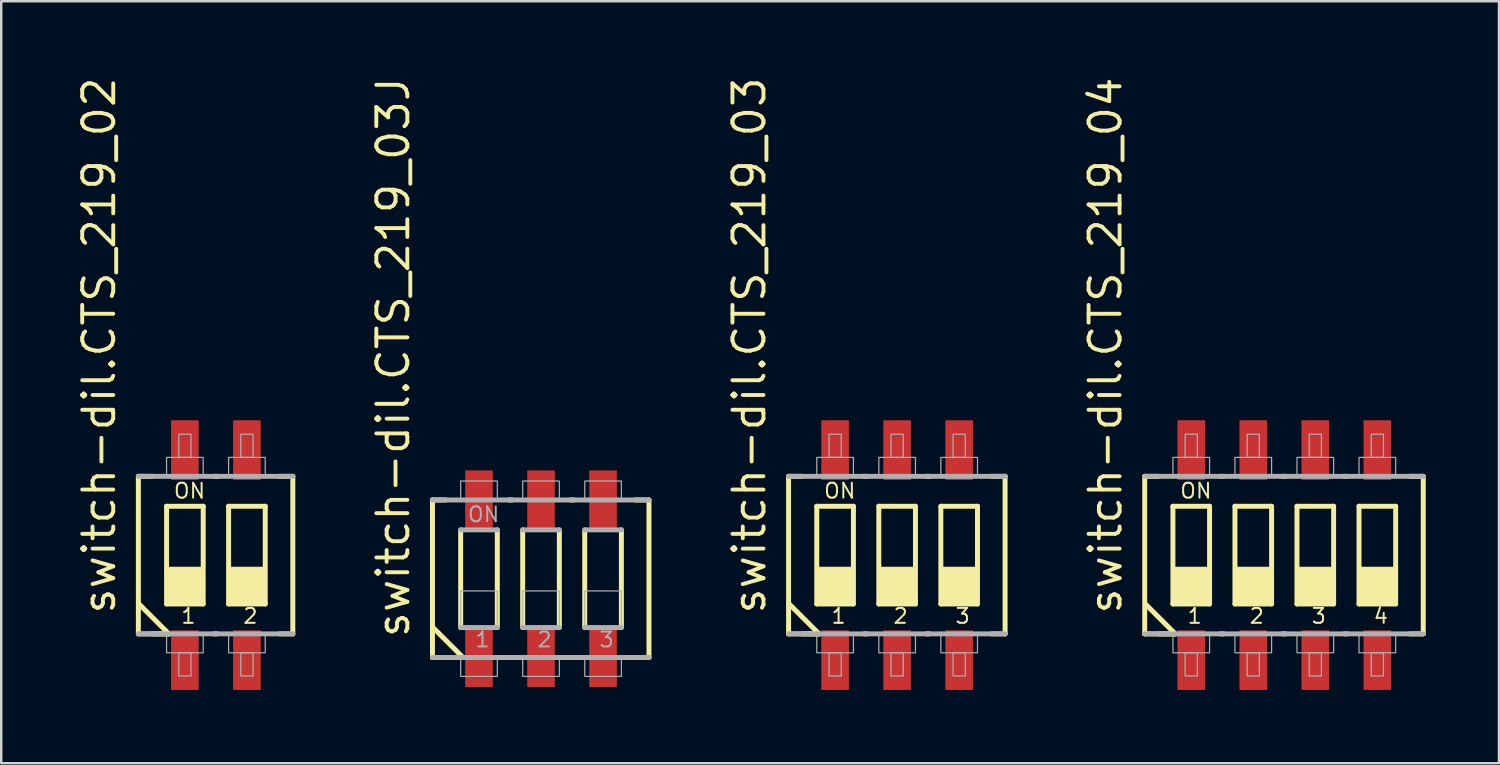
<source format=kicad_pcb>
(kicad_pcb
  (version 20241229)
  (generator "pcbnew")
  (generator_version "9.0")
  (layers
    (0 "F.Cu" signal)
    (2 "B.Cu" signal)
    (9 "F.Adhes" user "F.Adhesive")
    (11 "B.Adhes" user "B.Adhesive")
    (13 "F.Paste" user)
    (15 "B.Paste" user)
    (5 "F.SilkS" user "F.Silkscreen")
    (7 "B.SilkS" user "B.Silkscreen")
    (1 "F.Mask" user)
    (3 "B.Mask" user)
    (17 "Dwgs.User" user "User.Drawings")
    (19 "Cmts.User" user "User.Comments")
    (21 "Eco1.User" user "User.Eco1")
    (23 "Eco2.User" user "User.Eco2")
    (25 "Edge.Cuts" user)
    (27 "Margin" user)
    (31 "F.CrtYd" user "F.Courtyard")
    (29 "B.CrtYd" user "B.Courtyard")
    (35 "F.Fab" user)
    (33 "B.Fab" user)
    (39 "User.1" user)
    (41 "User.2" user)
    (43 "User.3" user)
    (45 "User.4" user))
  (footprint "switch-dil.CTS_219_04"
    (layer "F.Cu")
    (at 49.535 19.679)
    (property "Reference" "switch-dil.CTS_219_04" (at -6.58 2.5 90) (layer "F.SilkS") (effects (font (size 1.27 1.27) (thickness 0.16)) (justify left bottom)))
    (attr smd)
    (fp_line (start -5.715 -3.225) (end -5.16 -3.225) (stroke (width 0.203) (type default)) (layer "F.SilkS"))
    (fp_line (start -5.715 3.225) (end -5.715 -3.225) (stroke (width 0.203) (type default)) (layer "F.SilkS"))
    (fp_line (start -5.69 2) (end -4.465 3.225) (stroke (width 0.203) (type default)) (layer "F.SilkS"))
    (fp_line (start -5.16 3.225) (end -4.465 3.225) (stroke (width 0.203) (type default)) (layer "F.SilkS"))
    (fp_line (start -4.56 -2) (end -3.06 -2) (stroke (width 0.203) (type default)) (layer "F.SilkS"))
    (fp_line (start -4.56 2) (end -4.56 -2) (stroke (width 0.203) (type default)) (layer "F.SilkS"))
    (fp_line (start -4.465 3.225) (end -5.715 3.225) (stroke (width 0.203) (type default)) (layer "F.SilkS"))
    (fp_line (start -3.06 -2) (end -3.06 2) (stroke (width 0.203) (type default)) (layer "F.SilkS"))
    (fp_line (start -3.06 2) (end -4.56 2) (stroke (width 0.203) (type default)) (layer "F.SilkS"))
    (fp_line (start -2.62 3.225) (end -2.485 3.225) (stroke (width 0.203) (type default)) (layer "F.SilkS"))
    (fp_line (start -2.485 -3.225) (end -2.62 -3.225) (stroke (width 0.203) (type default)) (layer "F.SilkS"))
    (fp_line (start -2.02 -2) (end -0.52 -2) (stroke (width 0.203) (type default)) (layer "F.SilkS"))
    (fp_line (start -2.02 2) (end -2.02 -2) (stroke (width 0.203) (type default)) (layer "F.SilkS"))
    (fp_line (start -0.52 -2) (end -0.52 2) (stroke (width 0.203) (type default)) (layer "F.SilkS"))
    (fp_line (start -0.52 2) (end -2.02 2) (stroke (width 0.203) (type default)) (layer "F.SilkS"))
    (fp_line (start -0.08 3.225) (end 0.055 3.225) (stroke (width 0.203) (type default)) (layer "F.SilkS"))
    (fp_line (start 0.055 -3.225) (end -0.08 -3.225) (stroke (width 0.203) (type default)) (layer "F.SilkS"))
    (fp_line (start 0.52 -2) (end 2.02 -2) (stroke (width 0.203) (type default)) (layer "F.SilkS"))
    (fp_line (start 0.52 2) (end 0.52 -2) (stroke (width 0.203) (type default)) (layer "F.SilkS"))
    (fp_line (start 2.02 -2) (end 2.02 2) (stroke (width 0.203) (type default)) (layer "F.SilkS"))
    (fp_line (start 2.02 2) (end 0.52 2) (stroke (width 0.203) (type default)) (layer "F.SilkS"))
    (fp_line (start 2.46 3.225) (end 2.595 3.225) (stroke (width 0.203) (type default)) (layer "F.SilkS"))
    (fp_line (start 2.595 -3.225) (end 2.46 -3.225) (stroke (width 0.203) (type default)) (layer "F.SilkS"))
    (fp_line (start 3.06 -2) (end 4.56 -2) (stroke (width 0.203) (type default)) (layer "F.SilkS"))
    (fp_line (start 3.06 2) (end 3.06 -2) (stroke (width 0.203) (type default)) (layer "F.SilkS"))
    (fp_line (start 4.56 -2) (end 4.56 2) (stroke (width 0.203) (type default)) (layer "F.SilkS"))
    (fp_line (start 4.56 2) (end 3.06 2) (stroke (width 0.203) (type default)) (layer "F.SilkS"))
    (fp_line (start 5.135 -3.225) (end 5.69 -3.225) (stroke (width 0.203) (type default)) (layer "F.SilkS"))
    (fp_line (start 5.69 -3.225) (end 5.69 3.225) (stroke (width 0.203) (type default)) (layer "F.SilkS"))
    (fp_line (start 5.69 3.225) (end 5.135 3.225) (stroke (width 0.203) (type default)) (layer "F.SilkS"))
    (fp_rect (start -4.56 2) (end -3.06 0.5) (stroke (width 0.05) (type default)) (fill yes) (layer "F.SilkS"))
    (fp_rect (start -2.02 2) (end -0.52 0.5) (stroke (width 0.05) (type default)) (fill yes) (layer "F.SilkS"))
    (fp_rect (start 0.52 2) (end 2.02 0.5) (stroke (width 0.05) (type default)) (fill yes) (layer "F.SilkS"))
    (fp_rect (start 3.06 2) (end 4.56 0.5) (stroke (width 0.05) (type default)) (fill yes) (layer "F.SilkS"))
    (fp_line (start -5.715 -3.225) (end 5.69 -3.225) (stroke (width 0.203) (type default)) (layer "F.Fab"))
    (fp_line (start 5.69 3.225) (end -5.715 3.225) (stroke (width 0.203) (type default)) (layer "F.Fab"))
    (fp_rect (start -4.56 -3.25) (end -3.06 -4) (stroke (width 0.05) (type default)) (fill no) (layer "F.Fab"))
    (fp_rect (start -4.56 4) (end -3.06 3.25) (stroke (width 0.05) (type default)) (fill no) (layer "F.Fab"))
    (fp_rect (start -4.06 -4) (end -3.56 -4.95) (stroke (width 0.05) (type default)) (fill no) (layer "F.Fab"))
    (fp_rect (start -4.06 4.95) (end -3.56 4) (stroke (width 0.05) (type default)) (fill no) (layer "F.Fab"))
    (fp_rect (start -2.02 -3.25) (end -0.52 -4) (stroke (width 0.05) (type default)) (fill no) (layer "F.Fab"))
    (fp_rect (start -2.02 4) (end -0.52 3.25) (stroke (width 0.05) (type default)) (fill no) (layer "F.Fab"))
    (fp_rect (start -1.52 -4) (end -1.02 -4.95) (stroke (width 0.05) (type default)) (fill no) (layer "F.Fab"))
    (fp_rect (start -1.52 4.95) (end -1.02 4) (stroke (width 0.05) (type default)) (fill no) (layer "F.Fab"))
    (fp_rect (start 0.52 -3.25) (end 2.02 -4) (stroke (width 0.05) (type default)) (fill no) (layer "F.Fab"))
    (fp_rect (start 0.52 4) (end 2.02 3.25) (stroke (width 0.05) (type default)) (fill no) (layer "F.Fab"))
    (fp_rect (start 1.02 -4) (end 1.52 -4.95) (stroke (width 0.05) (type default)) (fill no) (layer "F.Fab"))
    (fp_rect (start 1.02 4.95) (end 1.52 4) (stroke (width 0.05) (type default)) (fill no) (layer "F.Fab"))
    (fp_rect (start 3.06 -3.25) (end 4.56 -4) (stroke (width 0.05) (type default)) (fill no) (layer "F.Fab"))
    (fp_rect (start 3.06 4) (end 4.56 3.25) (stroke (width 0.05) (type default)) (fill no) (layer "F.Fab"))
    (fp_rect (start 3.56 -4) (end 4.06 -4.95) (stroke (width 0.05) (type default)) (fill no) (layer "F.Fab"))
    (fp_rect (start 3.56 4.95) (end 4.06 4) (stroke (width 0.05) (type default)) (fill no) (layer "F.Fab"))
    (fp_text user "1" (at -4.01 2.85 0) (layer "F.SilkS") (effects (font (size 0.61 0.61) (thickness 0.08)) (justify left bottom)))
    (fp_text user "ON" (at -4.31 -2.275 0) (layer "F.SilkS") (effects (font (size 0.61 0.61) (thickness 0.08)) (justify left bottom)))
    (fp_text user "2" (at -1.47 2.85 0) (layer "F.SilkS") (effects (font (size 0.61 0.61) (thickness 0.08)) (justify left bottom)))
    (fp_text user "3" (at 1.07 2.85 0) (layer "F.SilkS") (effects (font (size 0.61 0.61) (thickness 0.08)) (justify left bottom)))
    (fp_text user "4" (at 3.61 2.85 0) (layer "F.SilkS") (effects (font (size 0.61 0.61) (thickness 0.08)) (justify left bottom)))
    (pad "1" smd roundrect (at -3.81 4.3) (size 1.13 2.44) (layers "F.Cu" "F.Mask" "F.Paste") (roundrect_rratio 0.01))
    (pad "2" smd roundrect (at -1.27 4.3) (size 1.13 2.44) (layers "F.Cu" "F.Mask" "F.Paste") (roundrect_rratio 0.01))
    (pad "3" smd roundrect (at 1.27 4.3) (size 1.13 2.44) (layers "F.Cu" "F.Mask" "F.Paste") (roundrect_rratio 0.01))
    (pad "4" smd roundrect (at 3.81 4.3) (size 1.13 2.44) (layers "F.Cu" "F.Mask" "F.Paste") (roundrect_rratio 0.01))
    (pad "5" smd roundrect (at 3.81 -4.3 180) (size 1.13 2.44) (layers "F.Cu" "F.Mask" "F.Paste") (roundrect_rratio 0.01))
    (pad "6" smd roundrect (at 1.27 -4.3 180) (size 1.13 2.44) (layers "F.Cu" "F.Mask" "F.Paste") (roundrect_rratio 0.01))
    (pad "7" smd roundrect (at -1.27 -4.3 180) (size 1.13 2.44) (layers "F.Cu" "F.Mask" "F.Paste") (roundrect_rratio 0.01))
    (pad "8" smd roundrect (at -3.81 -4.3 180) (size 1.13 2.44) (layers "F.Cu" "F.Mask" "F.Paste") (roundrect_rratio 0.01)))
  (footprint "switch-dil.CTS_219_02"
    (layer "F.Cu")
    (at 5.79 19.679)
    (property "Reference" "switch-dil.CTS_219_02" (at -4.04 2.5 90) (layer "F.SilkS") (effects (font (size 1.27 1.27) (thickness 0.16)) (justify left bottom)))
    (attr smd)
    (fp_line (start -3.175 -3.225) (end -2.62 -3.225) (stroke (width 0.203) (type default)) (layer "F.SilkS"))
    (fp_line (start -3.175 3.225) (end -3.175 -3.225) (stroke (width 0.203) (type default)) (layer "F.SilkS"))
    (fp_line (start -3.15 2) (end -1.925 3.225) (stroke (width 0.203) (type default)) (layer "F.SilkS"))
    (fp_line (start -2.62 3.225) (end -1.925 3.225) (stroke (width 0.203) (type default)) (layer "F.SilkS"))
    (fp_line (start -2.02 -2) (end -0.52 -2) (stroke (width 0.203) (type default)) (layer "F.SilkS"))
    (fp_line (start -2.02 2) (end -2.02 -2) (stroke (width 0.203) (type default)) (layer "F.SilkS"))
    (fp_line (start -1.925 3.225) (end -3.175 3.225) (stroke (width 0.203) (type default)) (layer "F.SilkS"))
    (fp_line (start -0.52 -2) (end -0.52 2) (stroke (width 0.203) (type default)) (layer "F.SilkS"))
    (fp_line (start -0.52 2) (end -2.02 2) (stroke (width 0.203) (type default)) (layer "F.SilkS"))
    (fp_line (start -0.08 3.225) (end 0.055 3.225) (stroke (width 0.203) (type default)) (layer "F.SilkS"))
    (fp_line (start 0.055 -3.225) (end -0.08 -3.225) (stroke (width 0.203) (type default)) (layer "F.SilkS"))
    (fp_line (start 0.52 -2) (end 2.02 -2) (stroke (width 0.203) (type default)) (layer "F.SilkS"))
    (fp_line (start 0.52 2) (end 0.52 -2) (stroke (width 0.203) (type default)) (layer "F.SilkS"))
    (fp_line (start 2.02 -2) (end 2.02 2) (stroke (width 0.203) (type default)) (layer "F.SilkS"))
    (fp_line (start 2.02 2) (end 0.52 2) (stroke (width 0.203) (type default)) (layer "F.SilkS"))
    (fp_line (start 2.595 -3.225) (end 3.15 -3.225) (stroke (width 0.203) (type default)) (layer "F.SilkS"))
    (fp_line (start 3.15 -3.225) (end 3.15 3.225) (stroke (width 0.203) (type default)) (layer "F.SilkS"))
    (fp_line (start 3.15 3.225) (end 2.595 3.225) (stroke (width 0.203) (type default)) (layer "F.SilkS"))
    (fp_rect (start -2.02 2) (end -0.52 0.5) (stroke (width 0.05) (type default)) (fill yes) (layer "F.SilkS"))
    (fp_rect (start 0.52 2) (end 2.02 0.5) (stroke (width 0.05) (type default)) (fill yes) (layer "F.SilkS"))
    (fp_line (start -3.175 -3.225) (end 3.15 -3.225) (stroke (width 0.203) (type default)) (layer "F.Fab"))
    (fp_line (start 3.15 3.225) (end -3.175 3.225) (stroke (width 0.203) (type default)) (layer "F.Fab"))
    (fp_rect (start -2.02 -3.25) (end -0.52 -4) (stroke (width 0.05) (type default)) (fill no) (layer "F.Fab"))
    (fp_rect (start -2.02 4) (end -0.52 3.25) (stroke (width 0.05) (type default)) (fill no) (layer "F.Fab"))
    (fp_rect (start -1.52 -4) (end -1.02 -4.95) (stroke (width 0.05) (type default)) (fill no) (layer "F.Fab"))
    (fp_rect (start -1.52 4.95) (end -1.02 4) (stroke (width 0.05) (type default)) (fill no) (layer "F.Fab"))
    (fp_rect (start 0.52 -3.25) (end 2.02 -4) (stroke (width 0.05) (type default)) (fill no) (layer "F.Fab"))
    (fp_rect (start 0.52 4) (end 2.02 3.25) (stroke (width 0.05) (type default)) (fill no) (layer "F.Fab"))
    (fp_rect (start 1.02 -4) (end 1.52 -4.95) (stroke (width 0.05) (type default)) (fill no) (layer "F.Fab"))
    (fp_rect (start 1.02 4.95) (end 1.52 4) (stroke (width 0.05) (type default)) (fill no) (layer "F.Fab"))
    (fp_text user "ON" (at -1.77 -2.275 0) (layer "F.SilkS") (effects (font (size 0.61 0.61) (thickness 0.08)) (justify left bottom)))
    (fp_text user "2" (at 1.07 2.85 0) (layer "F.SilkS") (effects (font (size 0.61 0.61) (thickness 0.08)) (justify left bottom)))
    (fp_text user "1" (at -1.47 2.85 0) (layer "F.SilkS") (effects (font (size 0.61 0.61) (thickness 0.08)) (justify left bottom)))
    (pad "1" smd roundrect (at -1.27 4.3) (size 1.13 2.44) (layers "F.Cu" "F.Mask" "F.Paste") (roundrect_rratio 0.01))
    (pad "2" smd roundrect (at 1.27 4.3) (size 1.13 2.44) (layers "F.Cu" "F.Mask" "F.Paste") (roundrect_rratio 0.01))
    (pad "3" smd roundrect (at 1.27 -4.3 180) (size 1.13 2.44) (layers "F.Cu" "F.Mask" "F.Paste") (roundrect_rratio 0.01))
    (pad "4" smd roundrect (at -1.27 -4.3 180) (size 1.13 2.44) (layers "F.Cu" "F.Mask" "F.Paste") (roundrect_rratio 0.01)))
  (footprint "switch-dil.CTS_219_03J"
    (layer "F.Cu")
    (at 19.102 20.646)
    (property "Reference" "switch-dil.CTS_219_03J" (at -5.31 2.5 90) (layer "F.SilkS") (effects (font (size 1.27 1.27) (thickness 0.16)) (justify left bottom)))
    (attr smd)
    (fp_line (start -4.445 -3.225) (end -3.89 -3.225) (stroke (width 0.203) (type default)) (layer "F.SilkS"))
    (fp_line (start -4.445 3.225) (end -4.445 -3.225) (stroke (width 0.203) (type default)) (layer "F.SilkS"))
    (fp_line (start -4.42 2) (end -3.195 3.225) (stroke (width 0.203) (type default)) (layer "F.SilkS"))
    (fp_line (start -3.89 3.225) (end -3.195 3.225) (stroke (width 0.203) (type default)) (layer "F.SilkS"))
    (fp_line (start -3.29 2) (end -3.29 -2) (stroke (width 0.203) (type default)) (layer "F.SilkS"))
    (fp_line (start -3.195 3.225) (end -4.445 3.225) (stroke (width 0.203) (type default)) (layer "F.SilkS"))
    (fp_line (start -1.79 -2) (end -1.79 2) (stroke (width 0.203) (type default)) (layer "F.SilkS"))
    (fp_line (start -1.35 3.225) (end -1.215 3.225) (stroke (width 0.203) (type default)) (layer "F.SilkS"))
    (fp_line (start -1.19 -3.225) (end -1.325 -3.225) (stroke (width 0.203) (type default)) (layer "F.SilkS"))
    (fp_line (start -0.75 2) (end -0.75 -2) (stroke (width 0.203) (type default)) (layer "F.SilkS"))
    (fp_line (start 0.75 -2) (end 0.75 2) (stroke (width 0.203) (type default)) (layer "F.SilkS"))
    (fp_line (start 1.19 3.225) (end 1.325 3.225) (stroke (width 0.203) (type default)) (layer "F.SilkS"))
    (fp_line (start 1.35 -3.225) (end 1.215 -3.225) (stroke (width 0.203) (type default)) (layer "F.SilkS"))
    (fp_line (start 1.79 2) (end 1.79 -2) (stroke (width 0.203) (type default)) (layer "F.SilkS"))
    (fp_line (start 3.29 -2) (end 3.29 2) (stroke (width 0.203) (type default)) (layer "F.SilkS"))
    (fp_line (start 3.865 -3.225) (end 4.42 -3.225) (stroke (width 0.203) (type default)) (layer "F.SilkS"))
    (fp_line (start 4.42 -3.225) (end 4.42 3.225) (stroke (width 0.203) (type default)) (layer "F.SilkS"))
    (fp_line (start 4.42 3.225) (end 3.865 3.225) (stroke (width 0.203) (type default)) (layer "F.SilkS"))
    (fp_line (start -4.445 -3.225) (end 4.42 -3.225) (stroke (width 0.203) (type default)) (layer "F.Fab"))
    (fp_line (start -3.29 -2) (end -1.79 -2) (stroke (width 0.203) (type default)) (layer "F.Fab"))
    (fp_line (start -1.79 2) (end -3.29 2) (stroke (width 0.203) (type default)) (layer "F.Fab"))
    (fp_line (start -0.75 -2) (end 0.75 -2) (stroke (width 0.203) (type default)) (layer "F.Fab"))
    (fp_line (start 0.75 2) (end -0.75 2) (stroke (width 0.203) (type default)) (layer "F.Fab"))
    (fp_line (start 1.79 -2) (end 3.29 -2) (stroke (width 0.203) (type default)) (layer "F.Fab"))
    (fp_line (start 3.29 2) (end 1.79 2) (stroke (width 0.203) (type default)) (layer "F.Fab"))
    (fp_line (start 4.42 3.225) (end -4.445 3.225) (stroke (width 0.203) (type default)) (layer "F.Fab"))
    (fp_rect (start -3.29 -3.25) (end -1.79 -4) (stroke (width 0.05) (type default)) (fill no) (layer "F.Fab"))
    (fp_rect (start -3.29 2) (end -1.79 0.5) (stroke (width 0.05) (type default)) (fill no) (layer "F.Fab"))
    (fp_rect (start -3.29 4) (end -1.79 3.25) (stroke (width 0.05) (type default)) (fill no) (layer "F.Fab"))
    (fp_rect (start -0.75 -3.25) (end 0.75 -4) (stroke (width 0.05) (type default)) (fill no) (layer "F.Fab"))
    (fp_rect (start -0.75 2) (end 0.75 0.5) (stroke (width 0.05) (type default)) (fill no) (layer "F.Fab"))
    (fp_rect (start -0.75 4) (end 0.75 3.25) (stroke (width 0.05) (type default)) (fill no) (layer "F.Fab"))
    (fp_rect (start 1.79 -3.25) (end 3.29 -4) (stroke (width 0.05) (type default)) (fill no) (layer "F.Fab"))
    (fp_rect (start 1.79 2) (end 3.29 0.5) (stroke (width 0.05) (type default)) (fill no) (layer "F.Fab"))
    (fp_rect (start 1.79 4) (end 3.29 3.25) (stroke (width 0.05) (type default)) (fill no) (layer "F.Fab"))
    (fp_text user "ON" (at -3.04 -2.275 0) (layer "F.Fab") (effects (font (size 0.61 0.61) (thickness 0.08)) (justify left bottom)))
    (fp_text user "2" (at -0.2 2.85 0) (layer "F.Fab") (effects (font (size 0.61 0.61) (thickness 0.08)) (justify left bottom)))
    (fp_text user "1" (at -2.74 2.85 0) (layer "F.Fab") (effects (font (size 0.61 0.61) (thickness 0.08)) (justify left bottom)))
    (fp_text user "3" (at 2.34 2.85 0) (layer "F.Fab") (effects (font (size 0.61 0.61) (thickness 0.08)) (justify left bottom)))
    (pad "1" smd roundrect (at -2.54 3.215) (size 1.13 2.44) (layers "F.Cu" "F.Mask" "F.Paste") (roundrect_rratio 0.01))
    (pad "2" smd roundrect (at 0 3.215) (size 1.13 2.44) (layers "F.Cu" "F.Mask" "F.Paste") (roundrect_rratio 0.01))
    (pad "3" smd roundrect (at 2.54 3.215) (size 1.13 2.44) (layers "F.Cu" "F.Mask" "F.Paste") (roundrect_rratio 0.01))
    (pad "4" smd roundrect (at 2.54 -3.215 180) (size 1.13 2.44) (layers "F.Cu" "F.Mask" "F.Paste") (roundrect_rratio 0.01))
    (pad "5" smd roundrect (at 0 -3.215 180) (size 1.13 2.44) (layers "F.Cu" "F.Mask" "F.Paste") (roundrect_rratio 0.01))
    (pad "6" smd roundrect (at -2.54 -3.215 180) (size 1.13 2.44) (layers "F.Cu" "F.Mask" "F.Paste") (roundrect_rratio 0.01)))
  (footprint "switch-dil.CTS_219_03"
    (layer "F.Cu")
    (at 33.683 19.679)
    (property "Reference" "switch-dil.CTS_219_03" (at -5.31 2.5 90) (layer "F.SilkS") (effects (font (size 1.27 1.27) (thickness 0.16)) (justify left bottom)))
    (attr smd)
    (fp_line (start -4.445 -3.225) (end -3.89 -3.225) (stroke (width 0.203) (type default)) (layer "F.SilkS"))
    (fp_line (start -4.445 3.225) (end -4.445 -3.225) (stroke (width 0.203) (type default)) (layer "F.SilkS"))
    (fp_line (start -4.42 2) (end -3.195 3.225) (stroke (width 0.203) (type default)) (layer "F.SilkS"))
    (fp_line (start -3.89 3.225) (end -3.195 3.225) (stroke (width 0.203) (type default)) (layer "F.SilkS"))
    (fp_line (start -3.29 -2) (end -1.79 -2) (stroke (width 0.203) (type default)) (layer "F.SilkS"))
    (fp_line (start -3.29 2) (end -3.29 -2) (stroke (width 0.203) (type default)) (layer "F.SilkS"))
    (fp_line (start -3.195 3.225) (end -4.445 3.225) (stroke (width 0.203) (type default)) (layer "F.SilkS"))
    (fp_line (start -1.79 -2) (end -1.79 2) (stroke (width 0.203) (type default)) (layer "F.SilkS"))
    (fp_line (start -1.79 2) (end -3.29 2) (stroke (width 0.203) (type default)) (layer "F.SilkS"))
    (fp_line (start -1.35 3.225) (end -1.215 3.225) (stroke (width 0.203) (type default)) (layer "F.SilkS"))
    (fp_line (start -1.215 -3.225) (end -1.35 -3.225) (stroke (width 0.203) (type default)) (layer "F.SilkS"))
    (fp_line (start -0.75 -2) (end 0.75 -2) (stroke (width 0.203) (type default)) (layer "F.SilkS"))
    (fp_line (start -0.75 2) (end -0.75 -2) (stroke (width 0.203) (type default)) (layer "F.SilkS"))
    (fp_line (start 0.75 -2) (end 0.75 2) (stroke (width 0.203) (type default)) (layer "F.SilkS"))
    (fp_line (start 0.75 2) (end -0.75 2) (stroke (width 0.203) (type default)) (layer "F.SilkS"))
    (fp_line (start 1.19 3.225) (end 1.325 3.225) (stroke (width 0.203) (type default)) (layer "F.SilkS"))
    (fp_line (start 1.325 -3.225) (end 1.19 -3.225) (stroke (width 0.203) (type default)) (layer "F.SilkS"))
    (fp_line (start 1.79 -2) (end 3.29 -2) (stroke (width 0.203) (type default)) (layer "F.SilkS"))
    (fp_line (start 1.79 2) (end 1.79 -2) (stroke (width 0.203) (type default)) (layer "F.SilkS"))
    (fp_line (start 3.29 -2) (end 3.29 2) (stroke (width 0.203) (type default)) (layer "F.SilkS"))
    (fp_line (start 3.29 2) (end 1.79 2) (stroke (width 0.203) (type default)) (layer "F.SilkS"))
    (fp_line (start 3.865 -3.225) (end 4.42 -3.225) (stroke (width 0.203) (type default)) (layer "F.SilkS"))
    (fp_line (start 4.42 -3.225) (end 4.42 3.225) (stroke (width 0.203) (type default)) (layer "F.SilkS"))
    (fp_line (start 4.42 3.225) (end 3.865 3.225) (stroke (width 0.203) (type default)) (layer "F.SilkS"))
    (fp_rect (start -3.29 2) (end -1.79 0.5) (stroke (width 0.05) (type default)) (fill yes) (layer "F.SilkS"))
    (fp_rect (start -0.75 2) (end 0.75 0.5) (stroke (width 0.05) (type default)) (fill yes) (layer "F.SilkS"))
    (fp_rect (start 1.79 2) (end 3.29 0.5) (stroke (width 0.05) (type default)) (fill yes) (layer "F.SilkS"))
    (fp_line (start -4.445 -3.225) (end 4.42 -3.225) (stroke (width 0.203) (type default)) (layer "F.Fab"))
    (fp_line (start 4.42 3.225) (end -4.445 3.225) (stroke (width 0.203) (type default)) (layer "F.Fab"))
    (fp_rect (start -3.29 -3.25) (end -1.79 -4) (stroke (width 0.05) (type default)) (fill no) (layer "F.Fab"))
    (fp_rect (start -3.29 4) (end -1.79 3.25) (stroke (width 0.05) (type default)) (fill no) (layer "F.Fab"))
    (fp_rect (start -2.79 -4) (end -2.29 -4.95) (stroke (width 0.05) (type default)) (fill no) (layer "F.Fab"))
    (fp_rect (start -2.79 4.95) (end -2.29 4) (stroke (width 0.05) (type default)) (fill no) (layer "F.Fab"))
    (fp_rect (start -0.75 -3.25) (end 0.75 -4) (stroke (width 0.05) (type default)) (fill no) (layer "F.Fab"))
    (fp_rect (start -0.75 4) (end 0.75 3.25) (stroke (width 0.05) (type default)) (fill no) (layer "F.Fab"))
    (fp_rect (start -0.25 -4) (end 0.25 -4.95) (stroke (width 0.05) (type default)) (fill no) (layer "F.Fab"))
    (fp_rect (start -0.25 4.95) (end 0.25 4) (stroke (width 0.05) (type default)) (fill no) (layer "F.Fab"))
    (fp_rect (start 1.79 -3.25) (end 3.29 -4) (stroke (width 0.05) (type default)) (fill no) (layer "F.Fab"))
    (fp_rect (start 1.79 4) (end 3.29 3.25) (stroke (width 0.05) (type default)) (fill no) (layer "F.Fab"))
    (fp_rect (start 2.29 -4) (end 2.79 -4.95) (stroke (width 0.05) (type default)) (fill no) (layer "F.Fab"))
    (fp_rect (start 2.29 4.95) (end 2.79 4) (stroke (width 0.05) (type default)) (fill no) (layer "F.Fab"))
    (fp_text user "1" (at -2.74 2.85 0) (layer "F.SilkS") (effects (font (size 0.61 0.61) (thickness 0.08)) (justify left bottom)))
    (fp_text user "ON" (at -3.04 -2.275 0) (layer "F.SilkS") (effects (font (size 0.61 0.61) (thickness 0.08)) (justify left bottom)))
    (fp_text user "2" (at -0.2 2.85 0) (layer "F.SilkS") (effects (font (size 0.61 0.61) (thickness 0.08)) (justify left bottom)))
    (fp_text user "3" (at 2.34 2.85 0) (layer "F.SilkS") (effects (font (size 0.61 0.61) (thickness 0.08)) (justify left bottom)))
    (pad "1" smd roundrect (at -2.54 4.3) (size 1.13 2.44) (layers "F.Cu" "F.Mask" "F.Paste") (roundrect_rratio 0.01))
    (pad "2" smd roundrect (at 0 4.3) (size 1.13 2.44) (layers "F.Cu" "F.Mask" "F.Paste") (roundrect_rratio 0.01))
    (pad "3" smd roundrect (at 2.54 4.3) (size 1.13 2.44) (layers "F.Cu" "F.Mask" "F.Paste") (roundrect_rratio 0.01))
    (pad "4" smd roundrect (at 2.54 -4.3 180) (size 1.13 2.44) (layers "F.Cu" "F.Mask" "F.Paste") (roundrect_rratio 0.01))
    (pad "5" smd roundrect (at 0 -4.3 180) (size 1.13 2.44) (layers "F.Cu" "F.Mask" "F.Paste") (roundrect_rratio 0.01))
    (pad "6" smd roundrect (at -2.54 -4.3 180) (size 1.13 2.44) (layers "F.Cu" "F.Mask" "F.Paste") (roundrect_rratio 0.01)))
  (gr_rect
    (start -3 -3)
    (end 58.326 28.199)
    (stroke (width 0.1) (type default))
    (fill no)
    (layer "Edge.Cuts")))
</source>
